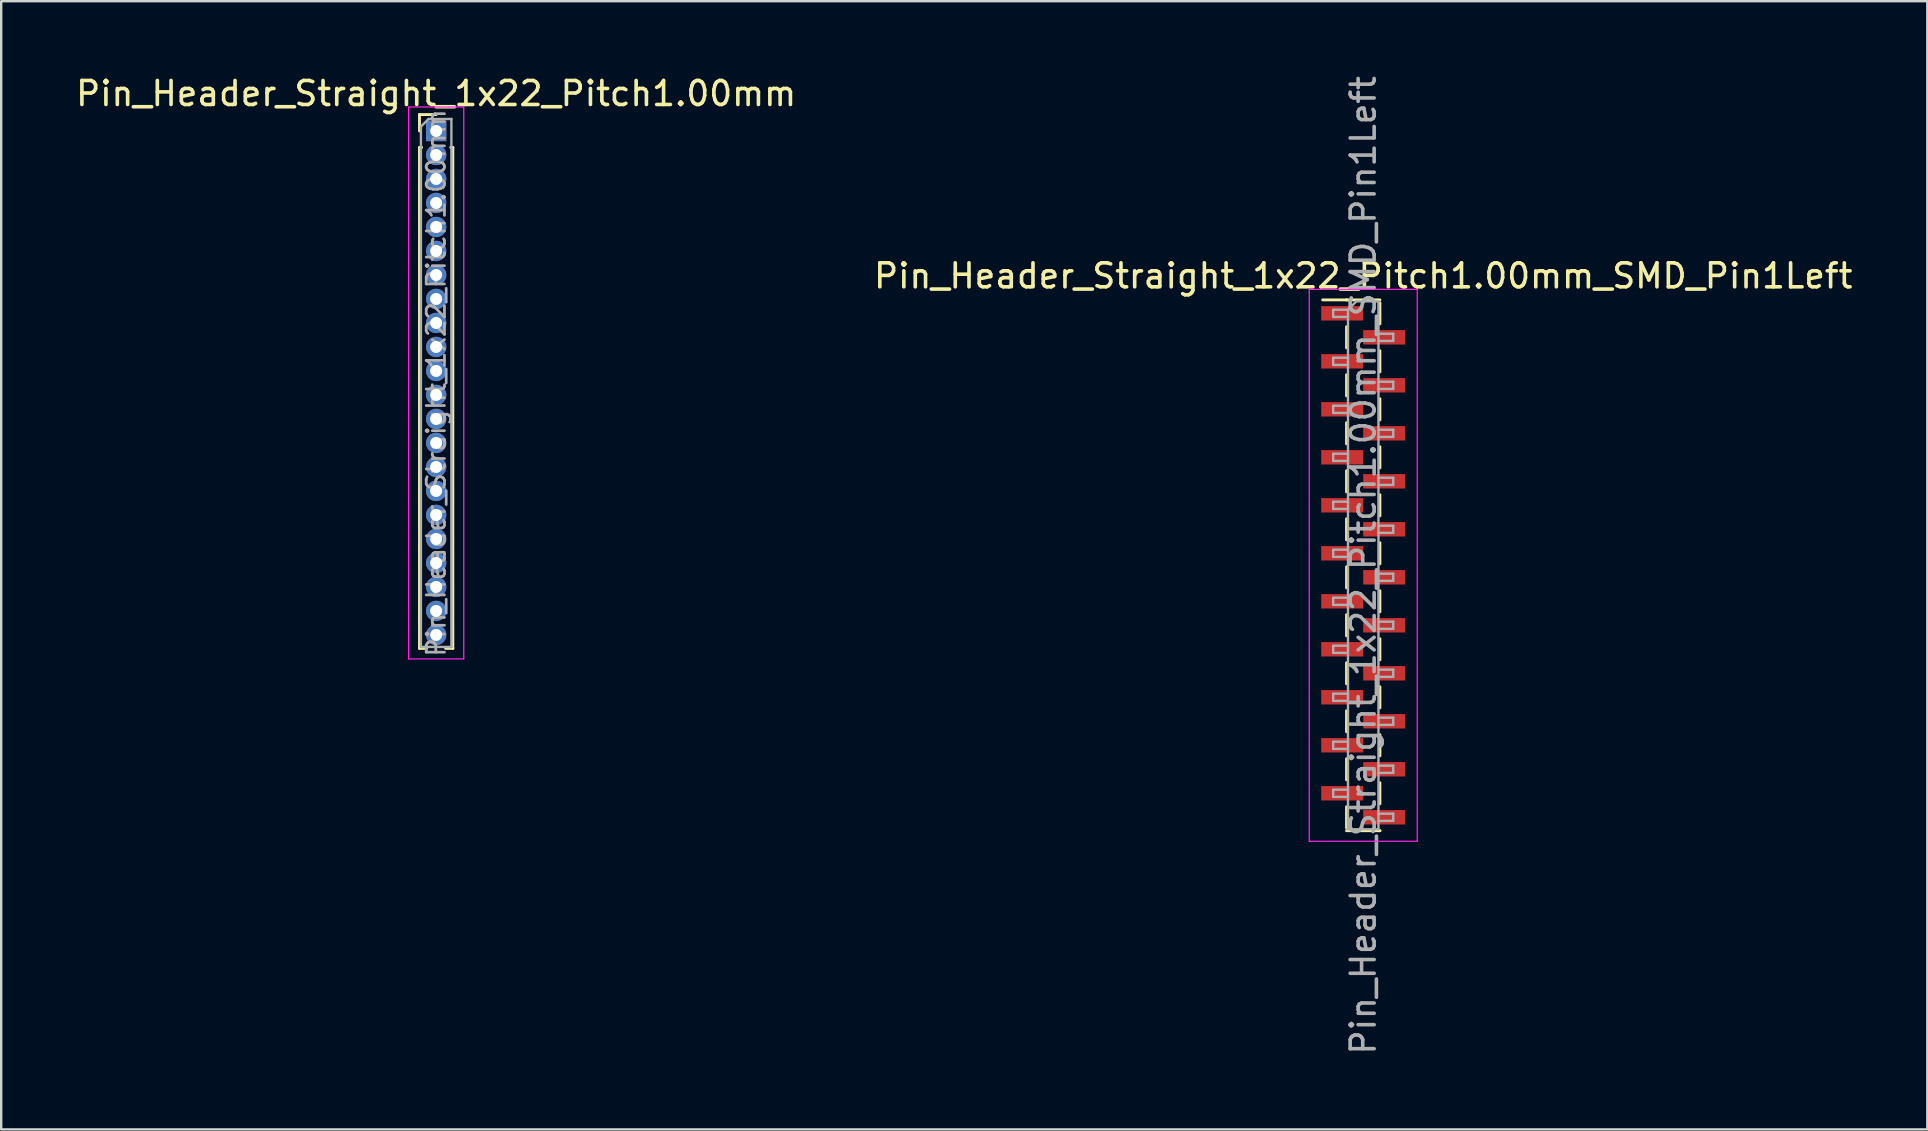
<source format=kicad_pcb>
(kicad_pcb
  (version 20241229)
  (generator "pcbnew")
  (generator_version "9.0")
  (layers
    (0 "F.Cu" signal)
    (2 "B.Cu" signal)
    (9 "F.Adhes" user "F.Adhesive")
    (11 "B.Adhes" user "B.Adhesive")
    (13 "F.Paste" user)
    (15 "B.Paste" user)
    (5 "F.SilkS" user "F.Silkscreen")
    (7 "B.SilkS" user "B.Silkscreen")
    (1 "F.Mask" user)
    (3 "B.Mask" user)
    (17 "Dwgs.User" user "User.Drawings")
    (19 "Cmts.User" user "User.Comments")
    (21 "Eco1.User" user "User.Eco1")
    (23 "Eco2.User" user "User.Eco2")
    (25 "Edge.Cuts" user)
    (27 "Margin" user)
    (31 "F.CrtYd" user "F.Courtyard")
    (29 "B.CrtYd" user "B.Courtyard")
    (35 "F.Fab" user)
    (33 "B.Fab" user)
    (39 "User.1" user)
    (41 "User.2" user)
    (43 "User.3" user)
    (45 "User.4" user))
  (footprint "Pin_Header_Straight_1x22_Pitch1.00mm"
    (layer "F.Cu")
    (at 15.125 2.408)
    (property "Reference" "Pin_Header_Straight_1x22_Pitch1.00mm" (at 0 -1.56 0) (layer "F.SilkS") (effects (font (size 1 1) (thickness 0.15))))
    (attr through_hole)
    (fp_line (start -0.695 -0.685) (end 0 -0.685) (stroke (width 0.12) (type solid)) (layer "F.SilkS"))
    (fp_line (start -0.695 0) (end -0.695 -0.685) (stroke (width 0.12) (type solid)) (layer "F.SilkS"))
    (fp_line (start -0.695 0.685) (end -0.695 21.56) (stroke (width 0.12) (type solid)) (layer "F.SilkS"))
    (fp_line (start -0.695 0.685) (end -0.608 0.685) (stroke (width 0.12) (type solid)) (layer "F.SilkS"))
    (fp_line (start -0.695 21.56) (end -0.394 21.56) (stroke (width 0.12) (type solid)) (layer "F.SilkS"))
    (fp_line (start 0.394 21.56) (end 0.695 21.56) (stroke (width 0.12) (type solid)) (layer "F.SilkS"))
    (fp_line (start 0.608 0.685) (end 0.695 0.685) (stroke (width 0.12) (type solid)) (layer "F.SilkS"))
    (fp_line (start 0.695 0.685) (end 0.695 21.56) (stroke (width 0.12) (type solid)) (layer "F.SilkS"))
    (fp_line (start -1.15 -1) (end -1.15 22) (stroke (width 0.05) (type solid)) (layer "F.CrtYd"))
    (fp_line (start -1.15 22) (end 1.15 22) (stroke (width 0.05) (type solid)) (layer "F.CrtYd"))
    (fp_line (start 1.15 -1) (end -1.15 -1) (stroke (width 0.05) (type solid)) (layer "F.CrtYd"))
    (fp_line (start 1.15 22) (end 1.15 -1) (stroke (width 0.05) (type solid)) (layer "F.CrtYd"))
    (fp_line (start -0.635 -0.182) (end -0.318 -0.5) (stroke (width 0.1) (type solid)) (layer "F.Fab"))
    (fp_line (start -0.635 21.5) (end -0.635 -0.182) (stroke (width 0.1) (type solid)) (layer "F.Fab"))
    (fp_line (start -0.318 -0.5) (end 0.635 -0.5) (stroke (width 0.1) (type solid)) (layer "F.Fab"))
    (fp_line (start 0.635 -0.5) (end 0.635 21.5) (stroke (width 0.1) (type solid)) (layer "F.Fab"))
    (fp_line (start 0.635 21.5) (end -0.635 21.5) (stroke (width 0.1) (type solid)) (layer "F.Fab"))
    (fp_text user "${REFERENCE}" (at 0 10.5 90) (layer "F.Fab") (effects (font (size 0.76 0.76) (thickness 0.114))))
    (pad "1" thru_hole rect (at 0 0) (size 0.85 0.85) (drill 0.5) (layers "*.Cu" "*.Mask"))
    (pad "2" thru_hole oval (at 0 1) (size 0.85 0.85) (drill 0.5) (layers "*.Cu" "*.Mask"))
    (pad "3" thru_hole oval (at 0 2) (size 0.85 0.85) (drill 0.5) (layers "*.Cu" "*.Mask"))
    (pad "4" thru_hole oval (at 0 3) (size 0.85 0.85) (drill 0.5) (layers "*.Cu" "*.Mask"))
    (pad "5" thru_hole oval (at 0 4) (size 0.85 0.85) (drill 0.5) (layers "*.Cu" "*.Mask"))
    (pad "6" thru_hole oval (at 0 5) (size 0.85 0.85) (drill 0.5) (layers "*.Cu" "*.Mask"))
    (pad "7" thru_hole oval (at 0 6) (size 0.85 0.85) (drill 0.5) (layers "*.Cu" "*.Mask"))
    (pad "8" thru_hole oval (at 0 7) (size 0.85 0.85) (drill 0.5) (layers "*.Cu" "*.Mask"))
    (pad "9" thru_hole oval (at 0 8) (size 0.85 0.85) (drill 0.5) (layers "*.Cu" "*.Mask"))
    (pad "10" thru_hole oval (at 0 9) (size 0.85 0.85) (drill 0.5) (layers "*.Cu" "*.Mask"))
    (pad "11" thru_hole oval (at 0 10) (size 0.85 0.85) (drill 0.5) (layers "*.Cu" "*.Mask"))
    (pad "12" thru_hole oval (at 0 11) (size 0.85 0.85) (drill 0.5) (layers "*.Cu" "*.Mask"))
    (pad "13" thru_hole oval (at 0 12) (size 0.85 0.85) (drill 0.5) (layers "*.Cu" "*.Mask"))
    (pad "14" thru_hole oval (at 0 13) (size 0.85 0.85) (drill 0.5) (layers "*.Cu" "*.Mask"))
    (pad "15" thru_hole oval (at 0 14) (size 0.85 0.85) (drill 0.5) (layers "*.Cu" "*.Mask"))
    (pad "16" thru_hole oval (at 0 15) (size 0.85 0.85) (drill 0.5) (layers "*.Cu" "*.Mask"))
    (pad "17" thru_hole oval (at 0 16) (size 0.85 0.85) (drill 0.5) (layers "*.Cu" "*.Mask"))
    (pad "18" thru_hole oval (at 0 17) (size 0.85 0.85) (drill 0.5) (layers "*.Cu" "*.Mask"))
    (pad "19" thru_hole oval (at 0 18) (size 0.85 0.85) (drill 0.5) (layers "*.Cu" "*.Mask"))
    (pad "20" thru_hole oval (at 0 19) (size 0.85 0.85) (drill 0.5) (layers "*.Cu" "*.Mask"))
    (pad "21" thru_hole oval (at 0 20) (size 0.85 0.85) (drill 0.5) (layers "*.Cu" "*.Mask"))
    (pad "22" thru_hole oval (at 0 21) (size 0.85 0.85) (drill 0.5) (layers "*.Cu" "*.Mask")))
  (footprint "Pin_Header_Straight_1x22_Pitch1.00mm_SMD_Pin1Left"
    (layer "F.Cu")
    (at 53.756 20.506)
    (property "Reference" "Pin_Header_Straight_1x22_Pitch1.00mm_SMD_Pin1Left" (at 0 -12.06 0) (layer "F.SilkS") (effects (font (size 1 1) (thickness 0.15))))
    (attr smd)
    (fp_line (start -0.695 -11.06) (end -1.69 -11.06) (stroke (width 0.12) (type solid)) (layer "F.SilkS"))
    (fp_line (start -0.695 -11.06) (end -0.695 -11.06) (stroke (width 0.12) (type solid)) (layer "F.SilkS"))
    (fp_line (start -0.695 -11.06) (end 0.695 -11.06) (stroke (width 0.12) (type solid)) (layer "F.SilkS"))
    (fp_line (start -0.695 -9.94) (end -0.695 -9.06) (stroke (width 0.12) (type solid)) (layer "F.SilkS"))
    (fp_line (start -0.695 -7.94) (end -0.695 -7.06) (stroke (width 0.12) (type solid)) (layer "F.SilkS"))
    (fp_line (start -0.695 -5.94) (end -0.695 -5.06) (stroke (width 0.12) (type solid)) (layer "F.SilkS"))
    (fp_line (start -0.695 -3.94) (end -0.695 -3.06) (stroke (width 0.12) (type solid)) (layer "F.SilkS"))
    (fp_line (start -0.695 -1.94) (end -0.695 -1.06) (stroke (width 0.12) (type solid)) (layer "F.SilkS"))
    (fp_line (start -0.695 0.06) (end -0.695 0.94) (stroke (width 0.12) (type solid)) (layer "F.SilkS"))
    (fp_line (start -0.695 2.06) (end -0.695 2.94) (stroke (width 0.12) (type solid)) (layer "F.SilkS"))
    (fp_line (start -0.695 4.06) (end -0.695 4.94) (stroke (width 0.12) (type solid)) (layer "F.SilkS"))
    (fp_line (start -0.695 6.06) (end -0.695 6.94) (stroke (width 0.12) (type solid)) (layer "F.SilkS"))
    (fp_line (start -0.695 8.06) (end -0.695 8.94) (stroke (width 0.12) (type solid)) (layer "F.SilkS"))
    (fp_line (start -0.695 10.06) (end -0.695 10.94) (stroke (width 0.12) (type solid)) (layer "F.SilkS"))
    (fp_line (start -0.695 11.06) (end 0.695 11.06) (stroke (width 0.12) (type solid)) (layer "F.SilkS"))
    (fp_line (start 0.695 -10.94) (end 0.695 -10.06) (stroke (width 0.12) (type solid)) (layer "F.SilkS"))
    (fp_line (start 0.695 -8.94) (end 0.695 -8.06) (stroke (width 0.12) (type solid)) (layer "F.SilkS"))
    (fp_line (start 0.695 -6.94) (end 0.695 -6.06) (stroke (width 0.12) (type solid)) (layer "F.SilkS"))
    (fp_line (start 0.695 -4.94) (end 0.695 -4.06) (stroke (width 0.12) (type solid)) (layer "F.SilkS"))
    (fp_line (start 0.695 -2.94) (end 0.695 -2.06) (stroke (width 0.12) (type solid)) (layer "F.SilkS"))
    (fp_line (start 0.695 -0.94) (end 0.695 -0.06) (stroke (width 0.12) (type solid)) (layer "F.SilkS"))
    (fp_line (start 0.695 1.06) (end 0.695 1.94) (stroke (width 0.12) (type solid)) (layer "F.SilkS"))
    (fp_line (start 0.695 3.06) (end 0.695 3.94) (stroke (width 0.12) (type solid)) (layer "F.SilkS"))
    (fp_line (start 0.695 5.06) (end 0.695 5.94) (stroke (width 0.12) (type solid)) (layer "F.SilkS"))
    (fp_line (start 0.695 7.06) (end 0.695 7.94) (stroke (width 0.12) (type solid)) (layer "F.SilkS"))
    (fp_line (start 0.695 9.06) (end 0.695 9.94) (stroke (width 0.12) (type solid)) (layer "F.SilkS"))
    (fp_line (start 0.695 11.06) (end 0.695 11.06) (stroke (width 0.12) (type solid)) (layer "F.SilkS"))
    (fp_line (start -2.25 -11.5) (end -2.25 11.5) (stroke (width 0.05) (type solid)) (layer "F.CrtYd"))
    (fp_line (start -2.25 11.5) (end 2.25 11.5) (stroke (width 0.05) (type solid)) (layer "F.CrtYd"))
    (fp_line (start 2.25 -11.5) (end -2.25 -11.5) (stroke (width 0.05) (type solid)) (layer "F.CrtYd"))
    (fp_line (start 2.25 11.5) (end 2.25 -11.5) (stroke (width 0.05) (type solid)) (layer "F.CrtYd"))
    (fp_line (start -1.25 -10.65) (end -1.25 -10.35) (stroke (width 0.1) (type solid)) (layer "F.Fab"))
    (fp_line (start -1.25 -10.35) (end -0.635 -10.35) (stroke (width 0.1) (type solid)) (layer "F.Fab"))
    (fp_line (start -1.25 -8.65) (end -1.25 -8.35) (stroke (width 0.1) (type solid)) (layer "F.Fab"))
    (fp_line (start -1.25 -8.35) (end -0.635 -8.35) (stroke (width 0.1) (type solid)) (layer "F.Fab"))
    (fp_line (start -1.25 -6.65) (end -1.25 -6.35) (stroke (width 0.1) (type solid)) (layer "F.Fab"))
    (fp_line (start -1.25 -6.35) (end -0.635 -6.35) (stroke (width 0.1) (type solid)) (layer "F.Fab"))
    (fp_line (start -1.25 -4.65) (end -1.25 -4.35) (stroke (width 0.1) (type solid)) (layer "F.Fab"))
    (fp_line (start -1.25 -4.35) (end -0.635 -4.35) (stroke (width 0.1) (type solid)) (layer "F.Fab"))
    (fp_line (start -1.25 -2.65) (end -1.25 -2.35) (stroke (width 0.1) (type solid)) (layer "F.Fab"))
    (fp_line (start -1.25 -2.35) (end -0.635 -2.35) (stroke (width 0.1) (type solid)) (layer "F.Fab"))
    (fp_line (start -1.25 -0.65) (end -1.25 -0.35) (stroke (width 0.1) (type solid)) (layer "F.Fab"))
    (fp_line (start -1.25 -0.35) (end -0.635 -0.35) (stroke (width 0.1) (type solid)) (layer "F.Fab"))
    (fp_line (start -1.25 1.35) (end -1.25 1.65) (stroke (width 0.1) (type solid)) (layer "F.Fab"))
    (fp_line (start -1.25 1.65) (end -0.635 1.65) (stroke (width 0.1) (type solid)) (layer "F.Fab"))
    (fp_line (start -1.25 3.35) (end -1.25 3.65) (stroke (width 0.1) (type solid)) (layer "F.Fab"))
    (fp_line (start -1.25 3.65) (end -0.635 3.65) (stroke (width 0.1) (type solid)) (layer "F.Fab"))
    (fp_line (start -1.25 5.35) (end -1.25 5.65) (stroke (width 0.1) (type solid)) (layer "F.Fab"))
    (fp_line (start -1.25 5.65) (end -0.635 5.65) (stroke (width 0.1) (type solid)) (layer "F.Fab"))
    (fp_line (start -1.25 7.35) (end -1.25 7.65) (stroke (width 0.1) (type solid)) (layer "F.Fab"))
    (fp_line (start -1.25 7.65) (end -0.635 7.65) (stroke (width 0.1) (type solid)) (layer "F.Fab"))
    (fp_line (start -1.25 9.35) (end -1.25 9.65) (stroke (width 0.1) (type solid)) (layer "F.Fab"))
    (fp_line (start -1.25 9.65) (end -0.635 9.65) (stroke (width 0.1) (type solid)) (layer "F.Fab"))
    (fp_line (start -0.635 -10.65) (end -1.25 -10.65) (stroke (width 0.1) (type solid)) (layer "F.Fab"))
    (fp_line (start -0.635 -10.65) (end -0.285 -11) (stroke (width 0.1) (type solid)) (layer "F.Fab"))
    (fp_line (start -0.635 -8.65) (end -1.25 -8.65) (stroke (width 0.1) (type solid)) (layer "F.Fab"))
    (fp_line (start -0.635 -6.65) (end -1.25 -6.65) (stroke (width 0.1) (type solid)) (layer "F.Fab"))
    (fp_line (start -0.635 -4.65) (end -1.25 -4.65) (stroke (width 0.1) (type solid)) (layer "F.Fab"))
    (fp_line (start -0.635 -2.65) (end -1.25 -2.65) (stroke (width 0.1) (type solid)) (layer "F.Fab"))
    (fp_line (start -0.635 -0.65) (end -1.25 -0.65) (stroke (width 0.1) (type solid)) (layer "F.Fab"))
    (fp_line (start -0.635 1.35) (end -1.25 1.35) (stroke (width 0.1) (type solid)) (layer "F.Fab"))
    (fp_line (start -0.635 3.35) (end -1.25 3.35) (stroke (width 0.1) (type solid)) (layer "F.Fab"))
    (fp_line (start -0.635 5.35) (end -1.25 5.35) (stroke (width 0.1) (type solid)) (layer "F.Fab"))
    (fp_line (start -0.635 7.35) (end -1.25 7.35) (stroke (width 0.1) (type solid)) (layer "F.Fab"))
    (fp_line (start -0.635 9.35) (end -1.25 9.35) (stroke (width 0.1) (type solid)) (layer "F.Fab"))
    (fp_line (start -0.635 11) (end -0.635 -10.65) (stroke (width 0.1) (type solid)) (layer "F.Fab"))
    (fp_line (start -0.285 -11) (end 0.635 -11) (stroke (width 0.1) (type solid)) (layer "F.Fab"))
    (fp_line (start 0.635 -11) (end 0.635 11) (stroke (width 0.1) (type solid)) (layer "F.Fab"))
    (fp_line (start 0.635 -9.65) (end 1.25 -9.65) (stroke (width 0.1) (type solid)) (layer "F.Fab"))
    (fp_line (start 0.635 -7.65) (end 1.25 -7.65) (stroke (width 0.1) (type solid)) (layer "F.Fab"))
    (fp_line (start 0.635 -5.65) (end 1.25 -5.65) (stroke (width 0.1) (type solid)) (layer "F.Fab"))
    (fp_line (start 0.635 -3.65) (end 1.25 -3.65) (stroke (width 0.1) (type solid)) (layer "F.Fab"))
    (fp_line (start 0.635 -1.65) (end 1.25 -1.65) (stroke (width 0.1) (type solid)) (layer "F.Fab"))
    (fp_line (start 0.635 0.35) (end 1.25 0.35) (stroke (width 0.1) (type solid)) (layer "F.Fab"))
    (fp_line (start 0.635 2.35) (end 1.25 2.35) (stroke (width 0.1) (type solid)) (layer "F.Fab"))
    (fp_line (start 0.635 4.35) (end 1.25 4.35) (stroke (width 0.1) (type solid)) (layer "F.Fab"))
    (fp_line (start 0.635 6.35) (end 1.25 6.35) (stroke (width 0.1) (type solid)) (layer "F.Fab"))
    (fp_line (start 0.635 8.35) (end 1.25 8.35) (stroke (width 0.1) (type solid)) (layer "F.Fab"))
    (fp_line (start 0.635 10.35) (end 1.25 10.35) (stroke (width 0.1) (type solid)) (layer "F.Fab"))
    (fp_line (start 0.635 11) (end -0.635 11) (stroke (width 0.1) (type solid)) (layer "F.Fab"))
    (fp_line (start 1.25 -9.65) (end 1.25 -9.35) (stroke (width 0.1) (type solid)) (layer "F.Fab"))
    (fp_line (start 1.25 -9.35) (end 0.635 -9.35) (stroke (width 0.1) (type solid)) (layer "F.Fab"))
    (fp_line (start 1.25 -7.65) (end 1.25 -7.35) (stroke (width 0.1) (type solid)) (layer "F.Fab"))
    (fp_line (start 1.25 -7.35) (end 0.635 -7.35) (stroke (width 0.1) (type solid)) (layer "F.Fab"))
    (fp_line (start 1.25 -5.65) (end 1.25 -5.35) (stroke (width 0.1) (type solid)) (layer "F.Fab"))
    (fp_line (start 1.25 -5.35) (end 0.635 -5.35) (stroke (width 0.1) (type solid)) (layer "F.Fab"))
    (fp_line (start 1.25 -3.65) (end 1.25 -3.35) (stroke (width 0.1) (type solid)) (layer "F.Fab"))
    (fp_line (start 1.25 -3.35) (end 0.635 -3.35) (stroke (width 0.1) (type solid)) (layer "F.Fab"))
    (fp_line (start 1.25 -1.65) (end 1.25 -1.35) (stroke (width 0.1) (type solid)) (layer "F.Fab"))
    (fp_line (start 1.25 -1.35) (end 0.635 -1.35) (stroke (width 0.1) (type solid)) (layer "F.Fab"))
    (fp_line (start 1.25 0.35) (end 1.25 0.65) (stroke (width 0.1) (type solid)) (layer "F.Fab"))
    (fp_line (start 1.25 0.65) (end 0.635 0.65) (stroke (width 0.1) (type solid)) (layer "F.Fab"))
    (fp_line (start 1.25 2.35) (end 1.25 2.65) (stroke (width 0.1) (type solid)) (layer "F.Fab"))
    (fp_line (start 1.25 2.65) (end 0.635 2.65) (stroke (width 0.1) (type solid)) (layer "F.Fab"))
    (fp_line (start 1.25 4.35) (end 1.25 4.65) (stroke (width 0.1) (type solid)) (layer "F.Fab"))
    (fp_line (start 1.25 4.65) (end 0.635 4.65) (stroke (width 0.1) (type solid)) (layer "F.Fab"))
    (fp_line (start 1.25 6.35) (end 1.25 6.65) (stroke (width 0.1) (type solid)) (layer "F.Fab"))
    (fp_line (start 1.25 6.65) (end 0.635 6.65) (stroke (width 0.1) (type solid)) (layer "F.Fab"))
    (fp_line (start 1.25 8.35) (end 1.25 8.65) (stroke (width 0.1) (type solid)) (layer "F.Fab"))
    (fp_line (start 1.25 8.65) (end 0.635 8.65) (stroke (width 0.1) (type solid)) (layer "F.Fab"))
    (fp_line (start 1.25 10.35) (end 1.25 10.65) (stroke (width 0.1) (type solid)) (layer "F.Fab"))
    (fp_line (start 1.25 10.65) (end 0.635 10.65) (stroke (width 0.1) (type solid)) (layer "F.Fab"))
    (fp_text user "${REFERENCE}" (at 0 0 90) (layer "F.Fab") (effects (font (size 1 1) (thickness 0.15))))
    (pad "1" smd rect (at -0.875 -10.5) (size 1.75 0.6) (layers "F.Cu" "F.Mask" "F.Paste"))
    (pad "2" smd rect (at 0.875 -9.5) (size 1.75 0.6) (layers "F.Cu" "F.Mask" "F.Paste"))
    (pad "3" smd rect (at -0.875 -8.5) (size 1.75 0.6) (layers "F.Cu" "F.Mask" "F.Paste"))
    (pad "4" smd rect (at 0.875 -7.5) (size 1.75 0.6) (layers "F.Cu" "F.Mask" "F.Paste"))
    (pad "5" smd rect (at -0.875 -6.5) (size 1.75 0.6) (layers "F.Cu" "F.Mask" "F.Paste"))
    (pad "6" smd rect (at 0.875 -5.5) (size 1.75 0.6) (layers "F.Cu" "F.Mask" "F.Paste"))
    (pad "7" smd rect (at -0.875 -4.5) (size 1.75 0.6) (layers "F.Cu" "F.Mask" "F.Paste"))
    (pad "8" smd rect (at 0.875 -3.5) (size 1.75 0.6) (layers "F.Cu" "F.Mask" "F.Paste"))
    (pad "9" smd rect (at -0.875 -2.5) (size 1.75 0.6) (layers "F.Cu" "F.Mask" "F.Paste"))
    (pad "10" smd rect (at 0.875 -1.5) (size 1.75 0.6) (layers "F.Cu" "F.Mask" "F.Paste"))
    (pad "11" smd rect (at -0.875 -0.5) (size 1.75 0.6) (layers "F.Cu" "F.Mask" "F.Paste"))
    (pad "12" smd rect (at 0.875 0.5) (size 1.75 0.6) (layers "F.Cu" "F.Mask" "F.Paste"))
    (pad "13" smd rect (at -0.875 1.5) (size 1.75 0.6) (layers "F.Cu" "F.Mask" "F.Paste"))
    (pad "14" smd rect (at 0.875 2.5) (size 1.75 0.6) (layers "F.Cu" "F.Mask" "F.Paste"))
    (pad "15" smd rect (at -0.875 3.5) (size 1.75 0.6) (layers "F.Cu" "F.Mask" "F.Paste"))
    (pad "16" smd rect (at 0.875 4.5) (size 1.75 0.6) (layers "F.Cu" "F.Mask" "F.Paste"))
    (pad "17" smd rect (at -0.875 5.5) (size 1.75 0.6) (layers "F.Cu" "F.Mask" "F.Paste"))
    (pad "18" smd rect (at 0.875 6.5) (size 1.75 0.6) (layers "F.Cu" "F.Mask" "F.Paste"))
    (pad "19" smd rect (at -0.875 7.5) (size 1.75 0.6) (layers "F.Cu" "F.Mask" "F.Paste"))
    (pad "20" smd rect (at 0.875 8.5) (size 1.75 0.6) (layers "F.Cu" "F.Mask" "F.Paste"))
    (pad "21" smd rect (at -0.875 9.5) (size 1.75 0.6) (layers "F.Cu" "F.Mask" "F.Paste"))
    (pad "22" smd rect (at 0.875 10.5) (size 1.75 0.6) (layers "F.Cu" "F.Mask" "F.Paste")))
  (gr_rect
    (start -3 -3)
    (end 77.262 44.012)
    (stroke (width 0.1) (type default))
    (fill no)
    (layer "Edge.Cuts")))
</source>
